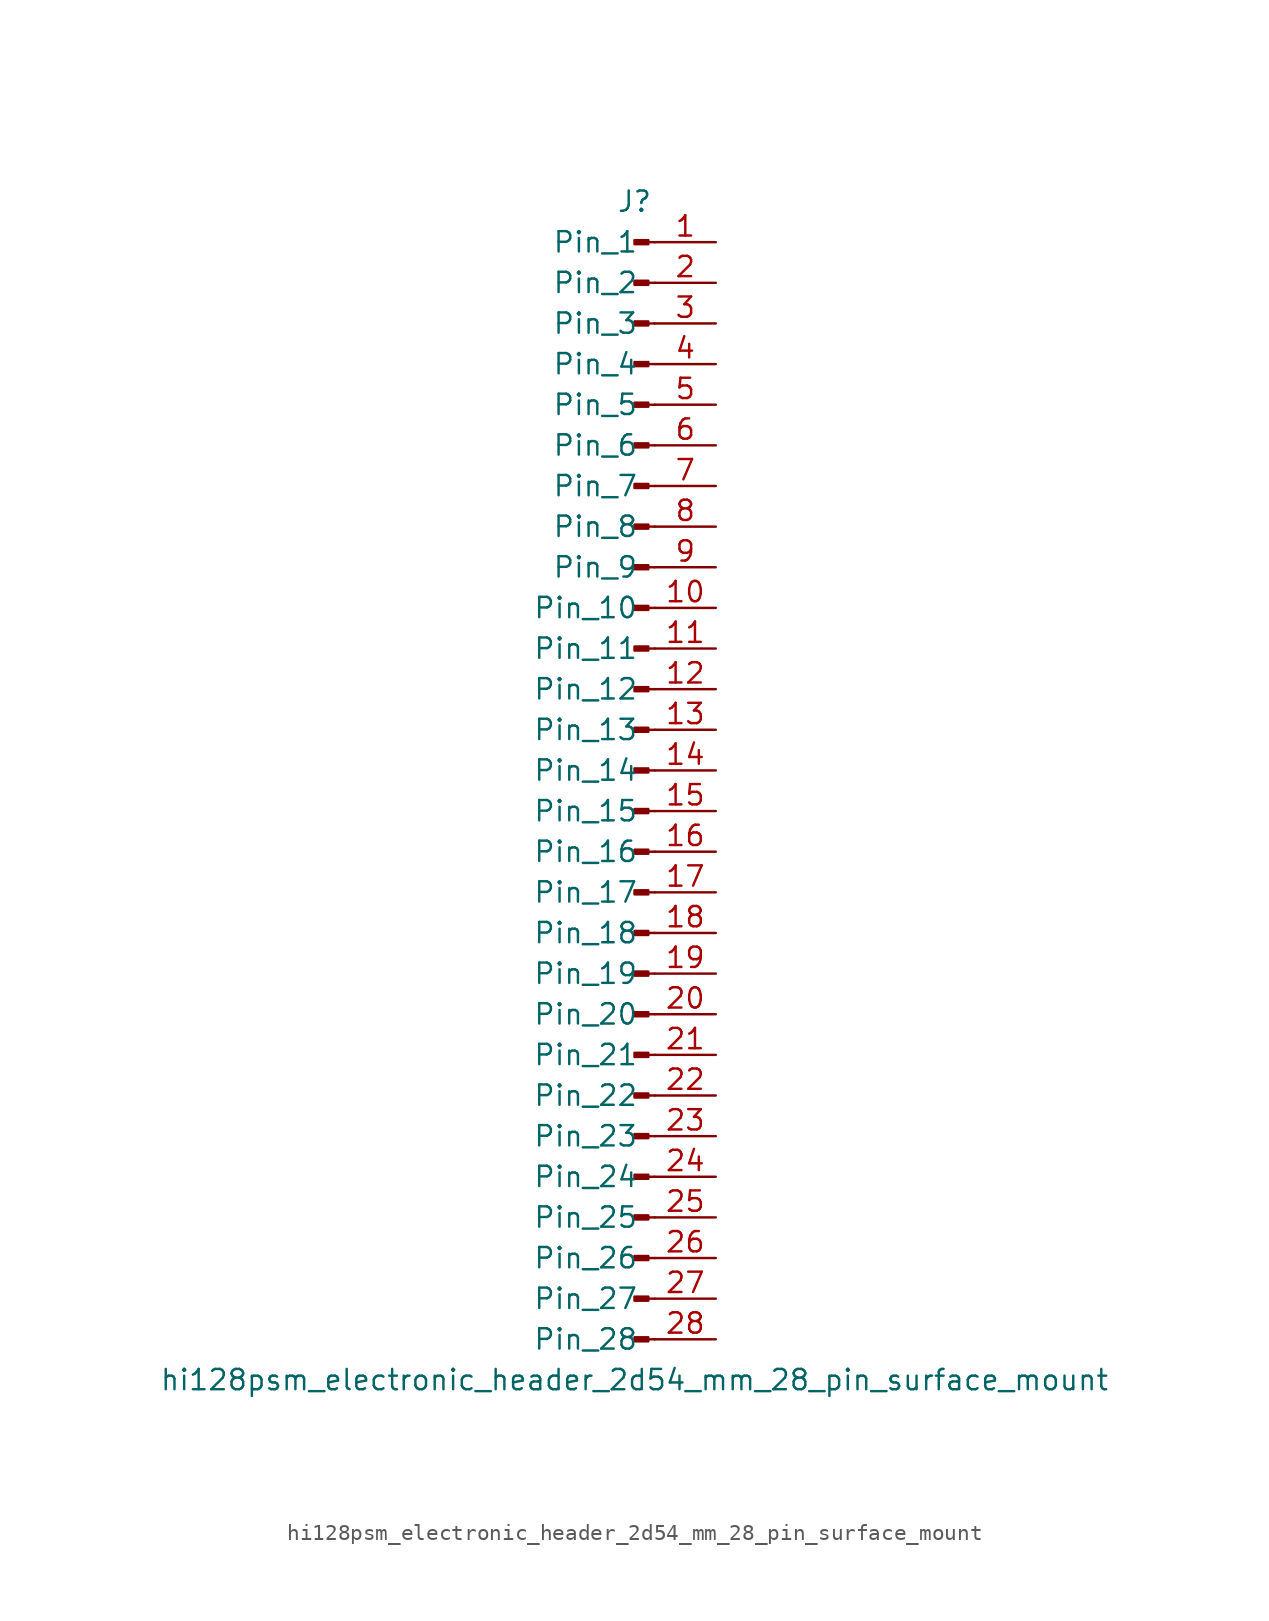
<source format=kicad_sym>
(kicad_symbol_lib
  (version 20220914)
  (generator kicad_symbol_editor)
  (symbol "hi128psm_electronic_header_2d54_mm_28_pin_surface_mount"
    (pin_names
      (offset 1.016))
    (property "Reference" "J"
      (at 0 35.56 0)
      (effects (font (size 1.27 1.27))))
    (property "Value" "hi128psm_electronic_header_2d54_mm_28_pin_surface_mount"
      (at 0 -38.1 0)
      (effects (font (size 1.27 1.27))))
    (property "ki_locked" ""
      (at 0 0 0)
      (effects (font (size 1.27 1.27))))
    (symbol "hi128psm_electronic_header_2d54_mm_28_pin_surface_mount_1_1"
      (polyline (pts (xy 1.27 -35.56) (xy 0.864 -35.56)) (stroke (width 0.152) (type default)) (fill (type none)))
      (polyline (pts (xy 1.27 -33.02) (xy 0.864 -33.02)) (stroke (width 0.152) (type default)) (fill (type none)))
      (polyline (pts (xy 1.27 -30.48) (xy 0.864 -30.48)) (stroke (width 0.152) (type default)) (fill (type none)))
      (polyline (pts (xy 1.27 -27.94) (xy 0.864 -27.94)) (stroke (width 0.152) (type default)) (fill (type none)))
      (polyline (pts (xy 1.27 -25.4) (xy 0.864 -25.4)) (stroke (width 0.152) (type default)) (fill (type none)))
      (polyline (pts (xy 1.27 -22.86) (xy 0.864 -22.86)) (stroke (width 0.152) (type default)) (fill (type none)))
      (polyline (pts (xy 1.27 -20.32) (xy 0.864 -20.32)) (stroke (width 0.152) (type default)) (fill (type none)))
      (polyline (pts (xy 1.27 -17.78) (xy 0.864 -17.78)) (stroke (width 0.152) (type default)) (fill (type none)))
      (polyline (pts (xy 1.27 -15.24) (xy 0.864 -15.24)) (stroke (width 0.152) (type default)) (fill (type none)))
      (polyline (pts (xy 1.27 -12.7) (xy 0.864 -12.7)) (stroke (width 0.152) (type default)) (fill (type none)))
      (polyline (pts (xy 1.27 -10.16) (xy 0.864 -10.16)) (stroke (width 0.152) (type default)) (fill (type none)))
      (polyline (pts (xy 1.27 -7.62) (xy 0.864 -7.62)) (stroke (width 0.152) (type default)) (fill (type none)))
      (polyline (pts (xy 1.27 -5.08) (xy 0.864 -5.08)) (stroke (width 0.152) (type default)) (fill (type none)))
      (polyline (pts (xy 1.27 -2.54) (xy 0.864 -2.54)) (stroke (width 0.152) (type default)) (fill (type none)))
      (polyline (pts (xy 1.27 0) (xy 0.864 0)) (stroke (width 0.152) (type default)) (fill (type none)))
      (polyline (pts (xy 1.27 2.54) (xy 0.864 2.54)) (stroke (width 0.152) (type default)) (fill (type none)))
      (polyline (pts (xy 1.27 5.08) (xy 0.864 5.08)) (stroke (width 0.152) (type default)) (fill (type none)))
      (polyline (pts (xy 1.27 7.62) (xy 0.864 7.62)) (stroke (width 0.152) (type default)) (fill (type none)))
      (polyline (pts (xy 1.27 10.16) (xy 0.864 10.16)) (stroke (width 0.152) (type default)) (fill (type none)))
      (polyline (pts (xy 1.27 12.7) (xy 0.864 12.7)) (stroke (width 0.152) (type default)) (fill (type none)))
      (polyline (pts (xy 1.27 15.24) (xy 0.864 15.24)) (stroke (width 0.152) (type default)) (fill (type none)))
      (polyline (pts (xy 1.27 17.78) (xy 0.864 17.78)) (stroke (width 0.152) (type default)) (fill (type none)))
      (polyline (pts (xy 1.27 20.32) (xy 0.864 20.32)) (stroke (width 0.152) (type default)) (fill (type none)))
      (polyline (pts (xy 1.27 22.86) (xy 0.864 22.86)) (stroke (width 0.152) (type default)) (fill (type none)))
      (polyline (pts (xy 1.27 25.4) (xy 0.864 25.4)) (stroke (width 0.152) (type default)) (fill (type none)))
      (polyline (pts (xy 1.27 27.94) (xy 0.864 27.94)) (stroke (width 0.152) (type default)) (fill (type none)))
      (polyline (pts (xy 1.27 30.48) (xy 0.864 30.48)) (stroke (width 0.152) (type default)) (fill (type none)))
      (polyline (pts (xy 1.27 33.02) (xy 0.864 33.02)) (stroke (width 0.152) (type default)) (fill (type none)))
      (rectangle (start 0.864 -35.433) (end 0 -35.687) (stroke (width 0.152) (type default)) (fill (type outline)))
      (rectangle (start 0.864 -32.893) (end 0 -33.147) (stroke (width 0.152) (type default)) (fill (type outline)))
      (rectangle (start 0.864 -30.353) (end 0 -30.607) (stroke (width 0.152) (type default)) (fill (type outline)))
      (rectangle (start 0.864 -27.813) (end 0 -28.067) (stroke (width 0.152) (type default)) (fill (type outline)))
      (rectangle (start 0.864 -25.273) (end 0 -25.527) (stroke (width 0.152) (type default)) (fill (type outline)))
      (rectangle (start 0.864 -22.733) (end 0 -22.987) (stroke (width 0.152) (type default)) (fill (type outline)))
      (rectangle (start 0.864 -20.193) (end 0 -20.447) (stroke (width 0.152) (type default)) (fill (type outline)))
      (rectangle (start 0.864 -17.653) (end 0 -17.907) (stroke (width 0.152) (type default)) (fill (type outline)))
      (rectangle (start 0.864 -15.113) (end 0 -15.367) (stroke (width 0.152) (type default)) (fill (type outline)))
      (rectangle (start 0.864 -12.573) (end 0 -12.827) (stroke (width 0.152) (type default)) (fill (type outline)))
      (rectangle (start 0.864 -10.033) (end 0 -10.287) (stroke (width 0.152) (type default)) (fill (type outline)))
      (rectangle (start 0.864 -7.493) (end 0 -7.747) (stroke (width 0.152) (type default)) (fill (type outline)))
      (rectangle (start 0.864 -4.953) (end 0 -5.207) (stroke (width 0.152) (type default)) (fill (type outline)))
      (rectangle (start 0.864 -2.413) (end 0 -2.667) (stroke (width 0.152) (type default)) (fill (type outline)))
      (rectangle (start 0.864 0.127) (end 0 -0.127) (stroke (width 0.152) (type default)) (fill (type outline)))
      (rectangle (start 0.864 2.667) (end 0 2.413) (stroke (width 0.152) (type default)) (fill (type outline)))
      (rectangle (start 0.864 5.207) (end 0 4.953) (stroke (width 0.152) (type default)) (fill (type outline)))
      (rectangle (start 0.864 7.747) (end 0 7.493) (stroke (width 0.152) (type default)) (fill (type outline)))
      (rectangle (start 0.864 10.287) (end 0 10.033) (stroke (width 0.152) (type default)) (fill (type outline)))
      (rectangle (start 0.864 12.827) (end 0 12.573) (stroke (width 0.152) (type default)) (fill (type outline)))
      (rectangle (start 0.864 15.367) (end 0 15.113) (stroke (width 0.152) (type default)) (fill (type outline)))
      (rectangle (start 0.864 17.907) (end 0 17.653) (stroke (width 0.152) (type default)) (fill (type outline)))
      (rectangle (start 0.864 20.447) (end 0 20.193) (stroke (width 0.152) (type default)) (fill (type outline)))
      (rectangle (start 0.864 22.987) (end 0 22.733) (stroke (width 0.152) (type default)) (fill (type outline)))
      (rectangle (start 0.864 25.527) (end 0 25.273) (stroke (width 0.152) (type default)) (fill (type outline)))
      (rectangle (start 0.864 28.067) (end 0 27.813) (stroke (width 0.152) (type default)) (fill (type outline)))
      (rectangle (start 0.864 30.607) (end 0 30.353) (stroke (width 0.152) (type default)) (fill (type outline)))
      (rectangle (start 0.864 33.147) (end 0 32.893) (stroke (width 0.152) (type default)) (fill (type outline)))
      (pin passive line (at 5.08 33.02 180) (length 3.81) (name "Pin_1" (effects (font (size 1.27 1.27)))) (number "1" (effects (font (size 1.27 1.27)))))
      (pin passive line (at 5.08 10.16 180) (length 3.81) (name "Pin_10" (effects (font (size 1.27 1.27)))) (number "10" (effects (font (size 1.27 1.27)))))
      (pin passive line (at 5.08 7.62 180) (length 3.81) (name "Pin_11" (effects (font (size 1.27 1.27)))) (number "11" (effects (font (size 1.27 1.27)))))
      (pin passive line (at 5.08 5.08 180) (length 3.81) (name "Pin_12" (effects (font (size 1.27 1.27)))) (number "12" (effects (font (size 1.27 1.27)))))
      (pin passive line (at 5.08 2.54 180) (length 3.81) (name "Pin_13" (effects (font (size 1.27 1.27)))) (number "13" (effects (font (size 1.27 1.27)))))
      (pin passive line (at 5.08 0 180) (length 3.81) (name "Pin_14" (effects (font (size 1.27 1.27)))) (number "14" (effects (font (size 1.27 1.27)))))
      (pin passive line (at 5.08 -2.54 180) (length 3.81) (name "Pin_15" (effects (font (size 1.27 1.27)))) (number "15" (effects (font (size 1.27 1.27)))))
      (pin passive line (at 5.08 -5.08 180) (length 3.81) (name "Pin_16" (effects (font (size 1.27 1.27)))) (number "16" (effects (font (size 1.27 1.27)))))
      (pin passive line (at 5.08 -7.62 180) (length 3.81) (name "Pin_17" (effects (font (size 1.27 1.27)))) (number "17" (effects (font (size 1.27 1.27)))))
      (pin passive line (at 5.08 -10.16 180) (length 3.81) (name "Pin_18" (effects (font (size 1.27 1.27)))) (number "18" (effects (font (size 1.27 1.27)))))
      (pin passive line (at 5.08 -12.7 180) (length 3.81) (name "Pin_19" (effects (font (size 1.27 1.27)))) (number "19" (effects (font (size 1.27 1.27)))))
      (pin passive line (at 5.08 30.48 180) (length 3.81) (name "Pin_2" (effects (font (size 1.27 1.27)))) (number "2" (effects (font (size 1.27 1.27)))))
      (pin passive line (at 5.08 -15.24 180) (length 3.81) (name "Pin_20" (effects (font (size 1.27 1.27)))) (number "20" (effects (font (size 1.27 1.27)))))
      (pin passive line (at 5.08 -17.78 180) (length 3.81) (name "Pin_21" (effects (font (size 1.27 1.27)))) (number "21" (effects (font (size 1.27 1.27)))))
      (pin passive line (at 5.08 -20.32 180) (length 3.81) (name "Pin_22" (effects (font (size 1.27 1.27)))) (number "22" (effects (font (size 1.27 1.27)))))
      (pin passive line (at 5.08 -22.86 180) (length 3.81) (name "Pin_23" (effects (font (size 1.27 1.27)))) (number "23" (effects (font (size 1.27 1.27)))))
      (pin passive line (at 5.08 -25.4 180) (length 3.81) (name "Pin_24" (effects (font (size 1.27 1.27)))) (number "24" (effects (font (size 1.27 1.27)))))
      (pin passive line (at 5.08 -27.94 180) (length 3.81) (name "Pin_25" (effects (font (size 1.27 1.27)))) (number "25" (effects (font (size 1.27 1.27)))))
      (pin passive line (at 5.08 -30.48 180) (length 3.81) (name "Pin_26" (effects (font (size 1.27 1.27)))) (number "26" (effects (font (size 1.27 1.27)))))
      (pin passive line (at 5.08 -33.02 180) (length 3.81) (name "Pin_27" (effects (font (size 1.27 1.27)))) (number "27" (effects (font (size 1.27 1.27)))))
      (pin passive line (at 5.08 -35.56 180) (length 3.81) (name "Pin_28" (effects (font (size 1.27 1.27)))) (number "28" (effects (font (size 1.27 1.27)))))
      (pin passive line (at 5.08 27.94 180) (length 3.81) (name "Pin_3" (effects (font (size 1.27 1.27)))) (number "3" (effects (font (size 1.27 1.27)))))
      (pin passive line (at 5.08 25.4 180) (length 3.81) (name "Pin_4" (effects (font (size 1.27 1.27)))) (number "4" (effects (font (size 1.27 1.27)))))
      (pin passive line (at 5.08 22.86 180) (length 3.81) (name "Pin_5" (effects (font (size 1.27 1.27)))) (number "5" (effects (font (size 1.27 1.27)))))
      (pin passive line (at 5.08 20.32 180) (length 3.81) (name "Pin_6" (effects (font (size 1.27 1.27)))) (number "6" (effects (font (size 1.27 1.27)))))
      (pin passive line (at 5.08 17.78 180) (length 3.81) (name "Pin_7" (effects (font (size 1.27 1.27)))) (number "7" (effects (font (size 1.27 1.27)))))
      (pin passive line (at 5.08 15.24 180) (length 3.81) (name "Pin_8" (effects (font (size 1.27 1.27)))) (number "8" (effects (font (size 1.27 1.27)))))
      (pin passive line (at 5.08 12.7 180) (length 3.81) (name "Pin_9" (effects (font (size 1.27 1.27)))) (number "9" (effects (font (size 1.27 1.27))))))))
</source>
